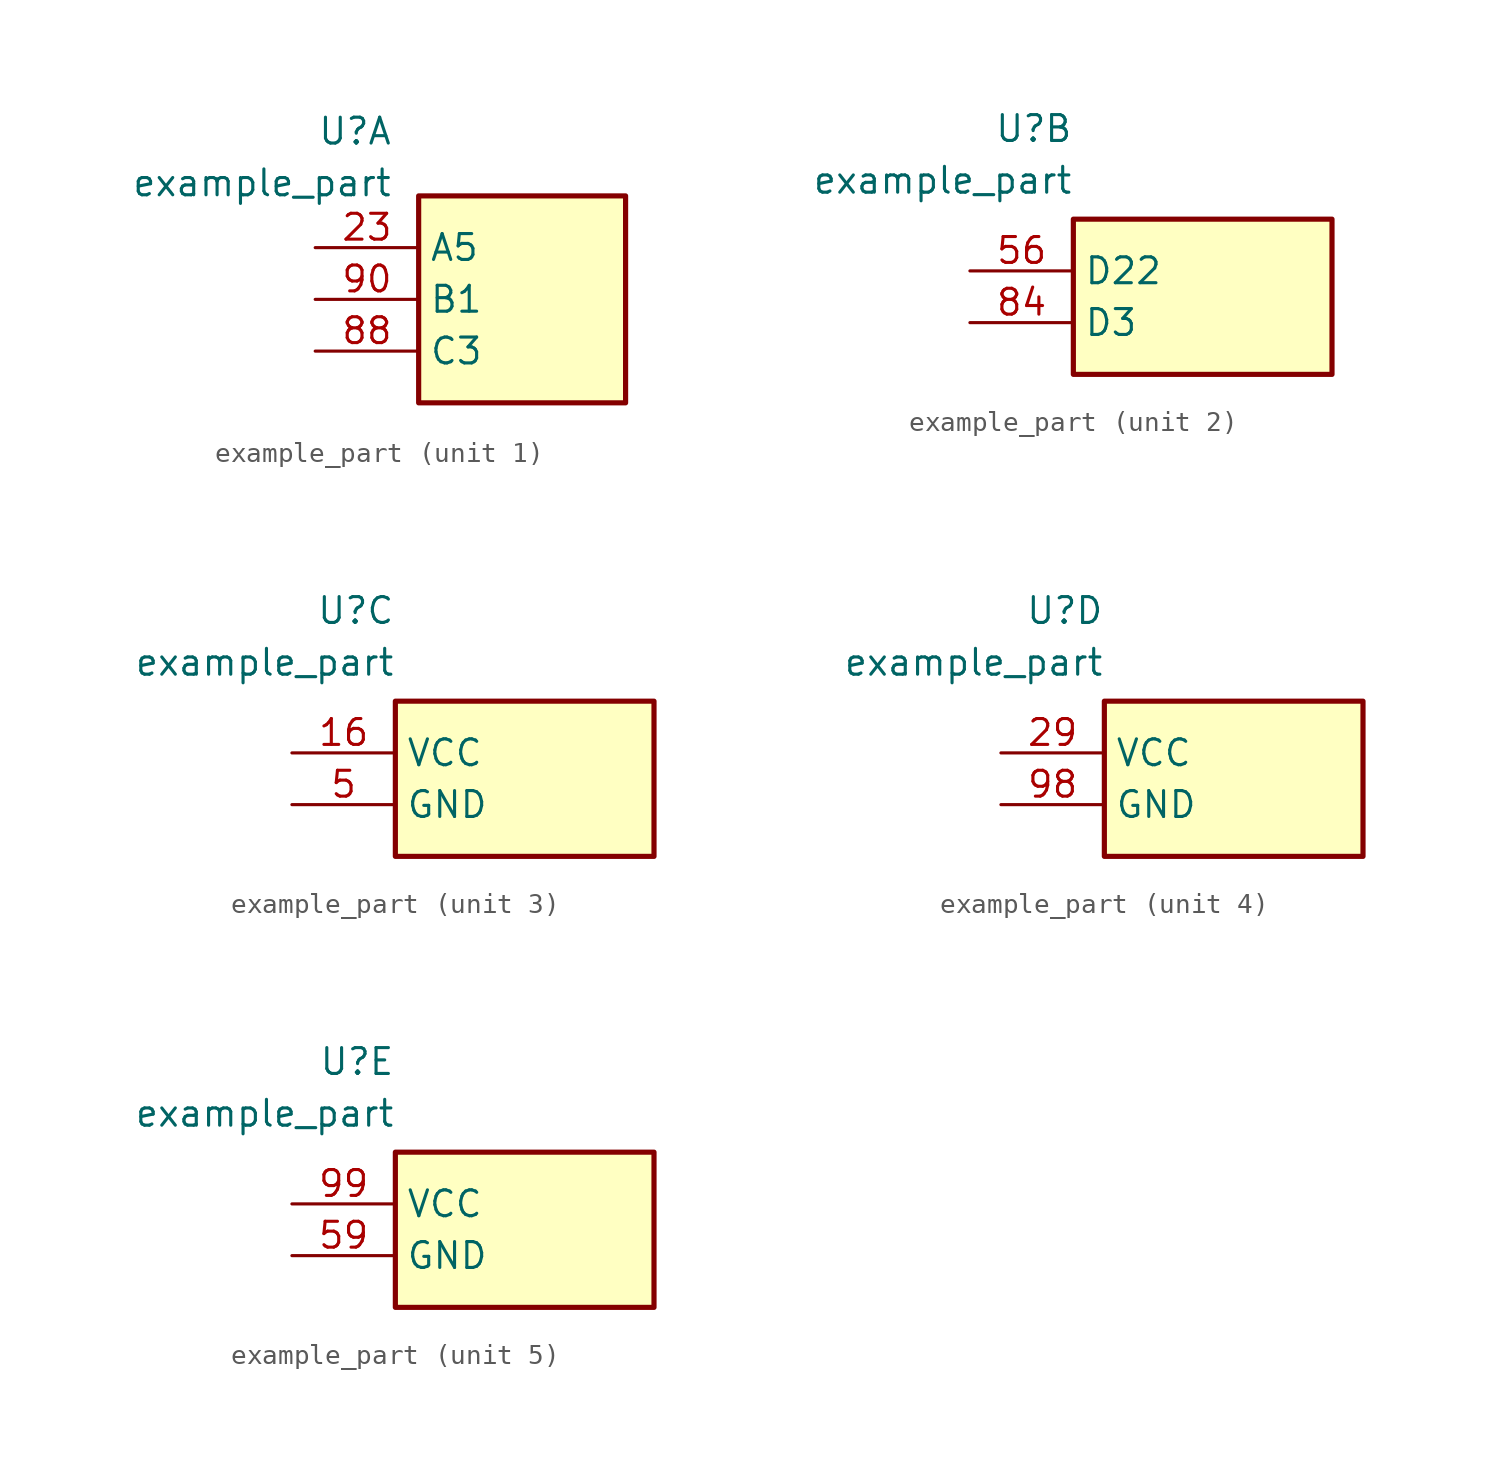
<source format=kicad_sym>
(kicad_symbol_lib
  (version 20241209)
  (generator "kicad_symbol_editor")
  (generator_version "8.0")
  (symbol "example_part"
    (property "Reference" "U"
      (at -6.35 8.255 0)
      (effects (font (size 1.27 1.27)) (justify right) (hide no)))
    (property "Value" "example_part"
      (at -6.35 5.715 0)
      (effects (font (size 1.27 1.27)) (justify right) (hide no)))
    (symbol "example_part_1_1"
      (rectangle (start -5.08 -5.08) (end 5.08 5.08) (stroke (width 0.254) (type solid)) (fill (type background)))
      (pin input line (at -10.16 2.54 0) (length 5.08) (name "A5" (effects (font (size 1.27 1.27)))) (number "23" (effects (font (size 1.27 1.27)))))
      (pin output line (at -10.16 0.0 0) (length 5.08) (name "B1" (effects (font (size 1.27 1.27)))) (number "90" (effects (font (size 1.27 1.27)))))
      (pin bidirectional line (at -10.16 -2.54 0) (length 5.08) (name "C3" (effects (font (size 1.27 1.27)))) (number "88" (effects (font (size 1.27 1.27))))))
    (symbol "example_part_2_1"
      (rectangle (start -6.35 -3.81) (end 6.35 3.81) (stroke (width 0.254) (type solid)) (fill (type background)))
      (pin tri_state line (at -11.43 1.27 0) (length 5.08) (name "D22" (effects (font (size 1.27 1.27)))) (number "56" (effects (font (size 1.27 1.27)))))
      (pin tri_state line (at -11.43 -1.27 0) (length 5.08) (name "D3" (effects (font (size 1.27 1.27)))) (number "84" (effects (font (size 1.27 1.27))))))
    (symbol "example_part_3_1"
      (rectangle (start -6.35 -3.81) (end 6.35 3.81) (stroke (width 0.254) (type solid)) (fill (type background)))
      (pin power_in line (at -11.43 1.27 0) (length 5.08) (name "VCC" (effects (font (size 1.27 1.27)))) (number "16" (effects (font (size 1.27 1.27)))))
      (pin power_in line (at -11.43 -1.27 0) (length 5.08) (name "GND" (effects (font (size 1.27 1.27)))) (number "5" (effects (font (size 1.27 1.27))))))
    (symbol "example_part_4_1"
      (rectangle (start -6.35 -3.81) (end 6.35 3.81) (stroke (width 0.254) (type solid)) (fill (type background)))
      (pin power_in line (at -11.43 1.27 0) (length 5.08) (name "VCC" (effects (font (size 1.27 1.27)))) (number "29" (effects (font (size 1.27 1.27)))))
      (pin power_in line (at -11.43 -1.27 0) (length 5.08) (name "GND" (effects (font (size 1.27 1.27)))) (number "98" (effects (font (size 1.27 1.27))))))
    (symbol "example_part_5_1"
      (rectangle (start -6.35 -3.81) (end 6.35 3.81) (stroke (width 0.254) (type solid)) (fill (type background)))
      (pin power_in line (at -11.43 1.27 0) (length 5.08) (name "VCC" (effects (font (size 1.27 1.27)))) (number "99" (effects (font (size 1.27 1.27)))))
      (pin power_in line (at -11.43 -1.27 0) (length 5.08) (name "GND" (effects (font (size 1.27 1.27)))) (number "59" (effects (font (size 1.27 1.27))))))))
</source>
